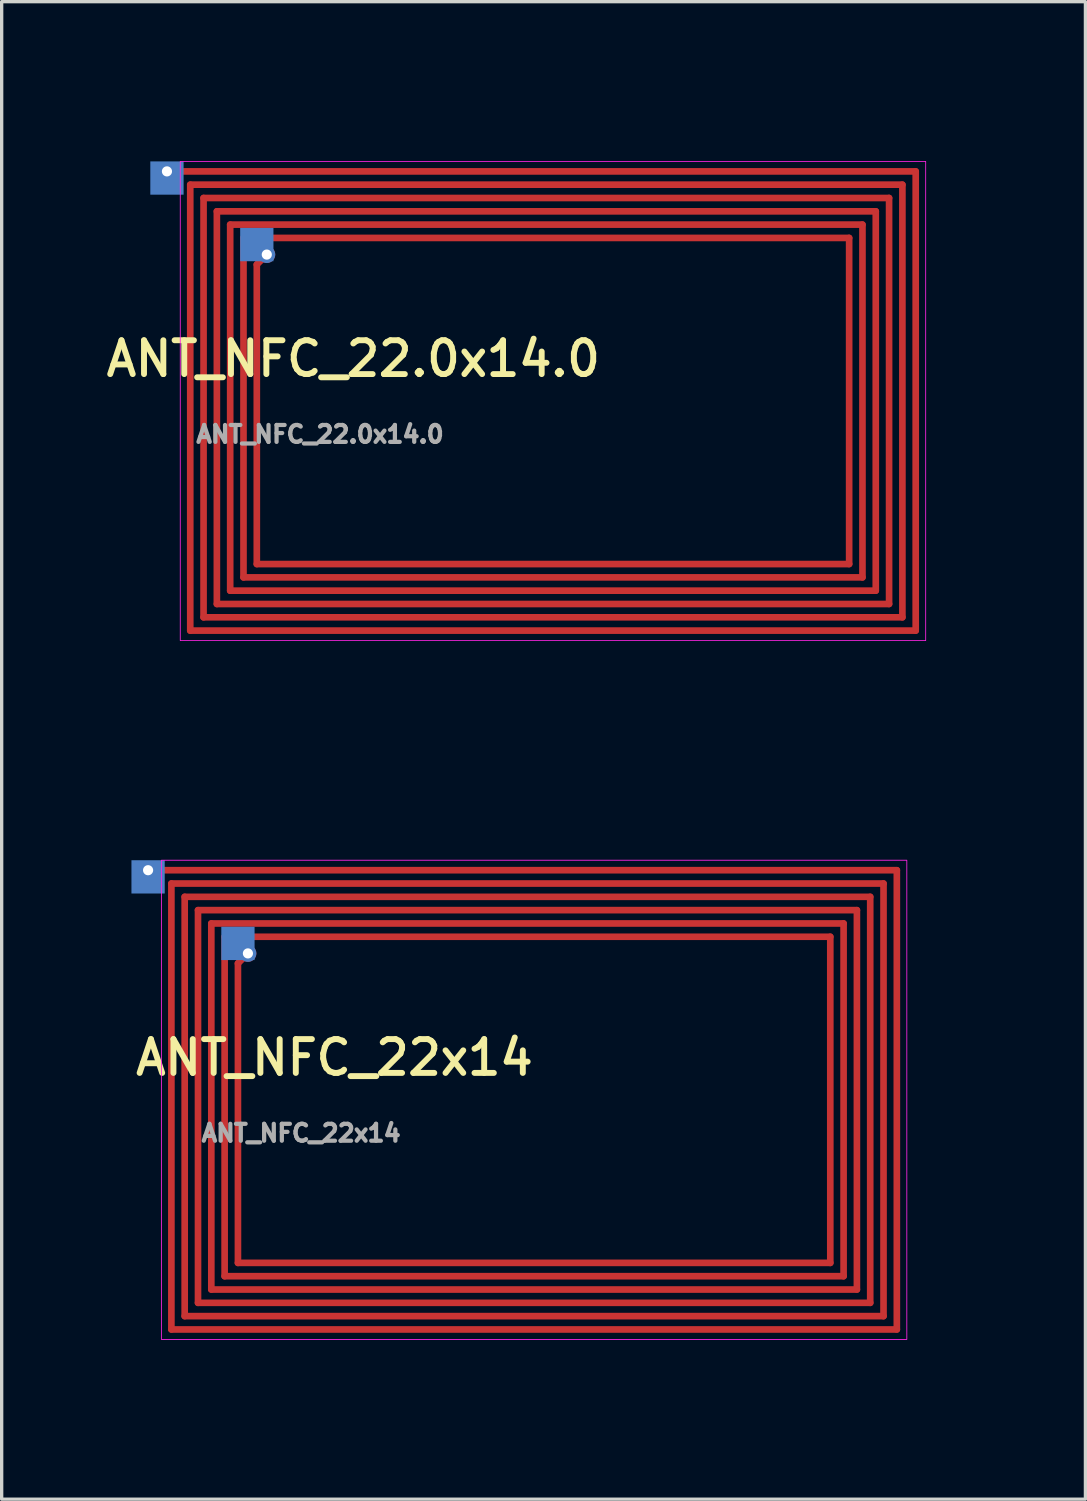
<source format=kicad_pcb>
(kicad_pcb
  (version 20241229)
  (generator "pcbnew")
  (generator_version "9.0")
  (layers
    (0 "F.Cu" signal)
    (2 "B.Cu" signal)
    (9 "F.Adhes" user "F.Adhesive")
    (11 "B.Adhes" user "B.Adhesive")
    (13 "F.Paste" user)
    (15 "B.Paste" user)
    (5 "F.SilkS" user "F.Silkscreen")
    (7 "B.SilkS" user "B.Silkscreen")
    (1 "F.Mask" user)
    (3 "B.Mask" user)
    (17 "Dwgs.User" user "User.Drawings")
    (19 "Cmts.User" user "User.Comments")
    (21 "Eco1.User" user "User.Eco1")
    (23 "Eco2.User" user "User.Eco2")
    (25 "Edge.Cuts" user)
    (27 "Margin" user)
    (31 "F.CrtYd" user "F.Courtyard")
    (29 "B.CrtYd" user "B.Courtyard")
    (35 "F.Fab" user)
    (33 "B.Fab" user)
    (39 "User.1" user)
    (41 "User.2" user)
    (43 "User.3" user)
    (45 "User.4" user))
  (footprint "ANT_NFC_22.0x14.0"
    (layer "F.Cu")
    (at 2.567 9)
    (property "Reference" "ANT_NFC_22.0x14.0" (at 5 -1.27 0) (layer "F.SilkS") (effects (font (size 1.016 1.016) (thickness 0.178))))
    (attr smd)
    (fp_line (start -0.6 -6.9) (end 21.9 -6.9) (stroke (width 0.2) (type solid)) (layer "F.Cu"))
    (fp_line (start 0.1 -6.5) (end 0.1 6.9) (stroke (width 0.2) (type solid)) (layer "F.Cu"))
    (fp_line (start 0.1 -6.5) (end 21.5 -6.5) (stroke (width 0.2) (type solid)) (layer "F.Cu"))
    (fp_line (start 0.1 6.9) (end 21.9 6.9) (stroke (width 0.2) (type solid)) (layer "F.Cu"))
    (fp_line (start 0.5 -6.1) (end 0.5 6.5) (stroke (width 0.2) (type solid)) (layer "F.Cu"))
    (fp_line (start 0.5 -6.1) (end 21.1 -6.1) (stroke (width 0.2) (type solid)) (layer "F.Cu"))
    (fp_line (start 0.5 6.5) (end 21.5 6.5) (stroke (width 0.2) (type solid)) (layer "F.Cu"))
    (fp_line (start 0.9 -5.7) (end 0.9 6.1) (stroke (width 0.2) (type solid)) (layer "F.Cu"))
    (fp_line (start 0.9 -5.7) (end 20.7 -5.7) (stroke (width 0.2) (type solid)) (layer "F.Cu"))
    (fp_line (start 0.9 6.1) (end 21.1 6.1) (stroke (width 0.2) (type solid)) (layer "F.Cu"))
    (fp_line (start 1.3 -5.3) (end 1.3 5.7) (stroke (width 0.2) (type solid)) (layer "F.Cu"))
    (fp_line (start 1.3 -5.3) (end 20.3 -5.3) (stroke (width 0.2) (type solid)) (layer "F.Cu"))
    (fp_line (start 1.3 5.7) (end 20.7 5.7) (stroke (width 0.2) (type solid)) (layer "F.Cu"))
    (fp_line (start 1.7 -4.9) (end 1.7 5.3) (stroke (width 0.2) (type solid)) (layer "F.Cu"))
    (fp_line (start 1.7 -4.9) (end 19.9 -4.9) (stroke (width 0.2) (type solid)) (layer "F.Cu"))
    (fp_line (start 1.7 5.3) (end 20.3 5.3) (stroke (width 0.2) (type solid)) (layer "F.Cu"))
    (fp_line (start 2.1 -4.1) (end 2.1 4.9) (stroke (width 0.2) (type solid)) (layer "F.Cu"))
    (fp_line (start 2.1 -4.1) (end 2.4 -4.4) (stroke (width 0.2) (type solid)) (layer "F.Cu"))
    (fp_line (start 2.1 4.9) (end 19.9 4.9) (stroke (width 0.2) (type solid)) (layer "F.Cu"))
    (fp_line (start 19.9 -4.9) (end 19.9 4.9) (stroke (width 0.2) (type solid)) (layer "F.Cu"))
    (fp_line (start 20.3 -5.3) (end 20.3 5.3) (stroke (width 0.2) (type solid)) (layer "F.Cu"))
    (fp_line (start 20.7 -5.7) (end 20.7 5.7) (stroke (width 0.2) (type solid)) (layer "F.Cu"))
    (fp_line (start 21.1 -6.1) (end 21.1 6.1) (stroke (width 0.2) (type solid)) (layer "F.Cu"))
    (fp_line (start 21.5 -6.5) (end 21.5 6.5) (stroke (width 0.2) (type solid)) (layer "F.Cu"))
    (fp_line (start 21.9 -6.9) (end 21.9 6.9) (stroke (width 0.2) (type solid)) (layer "F.Cu"))
    (fp_rect (start -0.2 -7.2) (end 22.2 7.2) (stroke (width 0.025) (type solid)) (fill no) (layer "F.CrtYd"))
    (fp_text user "${REFERENCE}" (at 4 1 0) (layer "F.Fab") (effects (font (size 0.508 0.508) (thickness 0.127))))
    (pad "1" thru_hole circle (at -0.6 -6.9) (size 0.508 0.508) (drill 0.305) (layers "*.Cu" "*.Mask"))
    (pad "1" smd rect (at -0.6 -6.7) (size 1 1) (layers "B.Cu" "B.Mask" "B.Paste"))
    (pad "2" smd rect (at 2.1 -4.7) (size 1 1) (layers "B.Cu" "B.Mask" "B.Paste"))
    (pad "2" thru_hole circle (at 2.4 -4.4) (size 0.508 0.508) (drill 0.305) (layers "*.Cu" "*.Mask"))
    (zone (net_name "") (layer "F.Cu") (hatch edge 0.508) (connect_pads) (min_thickness 0.254) (filled_areas_thickness no) (keepout (tracks allowed) (vias allowed) (pads allowed) (copperpour not_allowed) (footprints allowed)) (placement (enabled no)) (fill) (polygon (pts (xy 2.567 18) (xy 0.567 18) (xy 0.567 0) (xy 2.567 0))))
    (zone (net_name "") (layer "F.Cu") (hatch edge 0.508) (connect_pads) (min_thickness 0.254) (filled_areas_thickness no) (keepout (tracks allowed) (vias allowed) (pads allowed) (copperpour not_allowed) (footprints allowed)) (placement (enabled no)) (fill) (polygon (pts (xy 6.767 13.8) (xy 4.767 13.8) (xy 4.767 4.2) (xy 6.767 4.2))))
    (zone (net_name "") (layer "F.Cu") (hatch edge 0.508) (connect_pads) (min_thickness 0.254) (filled_areas_thickness no) (keepout (tracks allowed) (vias allowed) (pads allowed) (copperpour not_allowed) (footprints allowed)) (placement (enabled no)) (fill) (polygon (pts (xy 20.367 6.2) (xy 4.767 6.2) (xy 4.767 4.2) (xy 20.367 4.2))))
    (zone (net_name "") (layer "F.Cu") (hatch edge 0.508) (connect_pads) (min_thickness 0.254) (filled_areas_thickness no) (keepout (tracks allowed) (vias allowed) (pads allowed) (copperpour not_allowed) (footprints allowed)) (placement (enabled no)) (fill) (polygon (pts (xy 20.367 13.9) (xy 4.767 13.8) (xy 4.767 11.8) (xy 20.367 11.8))))
    (zone (net_name "") (layer "F.Cu") (hatch edge 0.508) (connect_pads) (min_thickness 0.254) (filled_areas_thickness no) (keepout (tracks allowed) (vias allowed) (pads allowed) (copperpour not_allowed) (footprints allowed)) (placement (enabled no)) (fill) (polygon (pts (xy 22.367 13.8) (xy 20.367 13.8) (xy 20.367 4.2) (xy 22.367 4.2))))
    (zone (net_name "") (layer "F.Cu") (hatch edge 0.508) (connect_pads) (min_thickness 0.254) (filled_areas_thickness no) (keepout (tracks allowed) (vias allowed) (pads allowed) (copperpour not_allowed) (footprints allowed)) (placement (enabled no)) (fill) (polygon (pts (xy 26.567 2) (xy 0.567 2) (xy 0.567 0) (xy 26.567 0))))
    (zone (net_name "") (layer "F.Cu") (hatch edge 0.508) (connect_pads) (min_thickness 0.254) (filled_areas_thickness no) (keepout (tracks allowed) (vias allowed) (pads not_allowed) (copperpour not_allowed) (footprints allowed)) (placement (enabled no)) (fill) (polygon (pts (xy 26.567 18) (xy 0.567 18) (xy 0.567 16) (xy 26.567 16))))
    (zone (net_name "") (layer "F.Cu") (hatch edge 0.508) (connect_pads) (min_thickness 0.254) (filled_areas_thickness no) (keepout (tracks allowed) (vias allowed) (pads allowed) (copperpour not_allowed) (footprints allowed)) (placement (enabled no)) (fill) (polygon (pts (xy 26.567 18) (xy 24.567 18) (xy 24.567 0) (xy 26.567 0)))))
  (footprint "ANT_NFC_22x14"
    (layer "F.Cu")
    (at 2 30)
    (property "Reference" "ANT_NFC_22x14" (at 5 -1.27 0) (layer "F.SilkS") (effects (font (size 1.016 1.016) (thickness 0.178))))
    (attr smd)
    (fp_line (start -0.6 -6.9) (end 21.9 -6.9) (stroke (width 0.2) (type solid)) (layer "F.Cu"))
    (fp_line (start 0.1 -6.5) (end 0.1 6.9) (stroke (width 0.2) (type solid)) (layer "F.Cu"))
    (fp_line (start 0.1 -6.5) (end 21.5 -6.5) (stroke (width 0.2) (type solid)) (layer "F.Cu"))
    (fp_line (start 0.1 6.9) (end 21.9 6.9) (stroke (width 0.2) (type solid)) (layer "F.Cu"))
    (fp_line (start 0.5 -6.1) (end 0.5 6.5) (stroke (width 0.2) (type solid)) (layer "F.Cu"))
    (fp_line (start 0.5 -6.1) (end 21.1 -6.1) (stroke (width 0.2) (type solid)) (layer "F.Cu"))
    (fp_line (start 0.5 6.5) (end 21.5 6.5) (stroke (width 0.2) (type solid)) (layer "F.Cu"))
    (fp_line (start 0.9 -5.7) (end 0.9 6.1) (stroke (width 0.2) (type solid)) (layer "F.Cu"))
    (fp_line (start 0.9 -5.7) (end 20.7 -5.7) (stroke (width 0.2) (type solid)) (layer "F.Cu"))
    (fp_line (start 0.9 6.1) (end 21.1 6.1) (stroke (width 0.2) (type solid)) (layer "F.Cu"))
    (fp_line (start 1.3 -5.3) (end 1.3 5.7) (stroke (width 0.2) (type solid)) (layer "F.Cu"))
    (fp_line (start 1.3 -5.3) (end 20.3 -5.3) (stroke (width 0.2) (type solid)) (layer "F.Cu"))
    (fp_line (start 1.3 5.7) (end 20.7 5.7) (stroke (width 0.2) (type solid)) (layer "F.Cu"))
    (fp_line (start 1.7 -4.9) (end 1.7 5.3) (stroke (width 0.2) (type solid)) (layer "F.Cu"))
    (fp_line (start 1.7 -4.9) (end 19.9 -4.9) (stroke (width 0.2) (type solid)) (layer "F.Cu"))
    (fp_line (start 1.7 5.3) (end 20.3 5.3) (stroke (width 0.2) (type solid)) (layer "F.Cu"))
    (fp_line (start 2.1 -4.1) (end 2.1 4.9) (stroke (width 0.2) (type solid)) (layer "F.Cu"))
    (fp_line (start 2.1 -4.1) (end 2.4 -4.4) (stroke (width 0.2) (type solid)) (layer "F.Cu"))
    (fp_line (start 2.1 4.9) (end 19.9 4.9) (stroke (width 0.2) (type solid)) (layer "F.Cu"))
    (fp_line (start 19.9 -4.9) (end 19.9 4.9) (stroke (width 0.2) (type solid)) (layer "F.Cu"))
    (fp_line (start 20.3 -5.3) (end 20.3 5.3) (stroke (width 0.2) (type solid)) (layer "F.Cu"))
    (fp_line (start 20.7 -5.7) (end 20.7 5.7) (stroke (width 0.2) (type solid)) (layer "F.Cu"))
    (fp_line (start 21.1 -6.1) (end 21.1 6.1) (stroke (width 0.2) (type solid)) (layer "F.Cu"))
    (fp_line (start 21.5 -6.5) (end 21.5 6.5) (stroke (width 0.2) (type solid)) (layer "F.Cu"))
    (fp_line (start 21.9 -6.9) (end 21.9 6.9) (stroke (width 0.2) (type solid)) (layer "F.Cu"))
    (fp_rect (start -0.2 -7.2) (end 22.2 7.2) (stroke (width 0.025) (type solid)) (fill no) (layer "F.CrtYd"))
    (fp_text user "${REFERENCE}" (at 4 1 0) (layer "F.Fab") (effects (font (size 0.508 0.508) (thickness 0.127))))
    (pad "1" thru_hole circle (at -0.6 -6.9) (size 0.508 0.508) (drill 0.305) (layers "*.Cu" "*.Mask"))
    (pad "1" smd rect (at -0.6 -6.7) (size 1 1) (layers "B.Cu" "B.Mask" "B.Paste"))
    (pad "2" smd rect (at 2.1 -4.7) (size 1 1) (layers "B.Cu" "B.Mask" "B.Paste"))
    (pad "2" thru_hole circle (at 2.4 -4.4) (size 0.508 0.508) (drill 0.305) (layers "*.Cu" "*.Mask"))
    (zone (net_name "") (layer "F.Cu") (hatch edge 0.508) (connect_pads) (min_thickness 0.254) (filled_areas_thickness no) (keepout (tracks allowed) (vias allowed) (pads allowed) (copperpour not_allowed) (footprints allowed)) (placement (enabled no)) (fill) (polygon (pts (xy 2 39) (xy 0 39) (xy 0 21) (xy 2 21))))
    (zone (net_name "") (layer "F.Cu") (hatch edge 0.508) (connect_pads) (min_thickness 0.254) (filled_areas_thickness no) (keepout (tracks allowed) (vias allowed) (pads allowed) (copperpour not_allowed) (footprints allowed)) (placement (enabled no)) (fill) (polygon (pts (xy 6.2 34.8) (xy 4.2 34.8) (xy 4.2 25.2) (xy 6.2 25.2))))
    (zone (net_name "") (layer "F.Cu") (hatch edge 0.508) (connect_pads) (min_thickness 0.254) (filled_areas_thickness no) (keepout (tracks allowed) (vias allowed) (pads allowed) (copperpour not_allowed) (footprints allowed)) (placement (enabled no)) (fill) (polygon (pts (xy 19.8 27.2) (xy 4.2 27.2) (xy 4.2 25.2) (xy 19.8 25.2))))
    (zone (net_name "") (layer "F.Cu") (hatch edge 0.508) (connect_pads) (min_thickness 0.254) (filled_areas_thickness no) (keepout (tracks allowed) (vias allowed) (pads allowed) (copperpour not_allowed) (footprints allowed)) (placement (enabled no)) (fill) (polygon (pts (xy 19.8 34.9) (xy 4.2 34.8) (xy 4.2 32.8) (xy 19.8 32.8))))
    (zone (net_name "") (layer "F.Cu") (hatch edge 0.508) (connect_pads) (min_thickness 0.254) (filled_areas_thickness no) (keepout (tracks allowed) (vias allowed) (pads allowed) (copperpour not_allowed) (footprints allowed)) (placement (enabled no)) (fill) (polygon (pts (xy 21.8 34.8) (xy 19.8 34.8) (xy 19.8 25.2) (xy 21.8 25.2))))
    (zone (net_name "") (layer "F.Cu") (hatch edge 0.508) (connect_pads) (min_thickness 0.254) (filled_areas_thickness no) (keepout (tracks allowed) (vias allowed) (pads allowed) (copperpour not_allowed) (footprints allowed)) (placement (enabled no)) (fill) (polygon (pts (xy 26 23) (xy 0 23) (xy 0 21) (xy 26 21))))
    (zone (net_name "") (layer "F.Cu") (hatch edge 0.508) (connect_pads) (min_thickness 0.254) (filled_areas_thickness no) (keepout (tracks allowed) (vias allowed) (pads not_allowed) (copperpour not_allowed) (footprints allowed)) (placement (enabled no)) (fill) (polygon (pts (xy 26 39) (xy 0 39) (xy 0 37) (xy 26 37))))
    (zone (net_name "") (layer "F.Cu") (hatch edge 0.508) (connect_pads) (min_thickness 0.254) (filled_areas_thickness no) (keepout (tracks allowed) (vias allowed) (pads allowed) (copperpour not_allowed) (footprints allowed)) (placement (enabled no)) (fill) (polygon (pts (xy 26 39) (xy 24 39) (xy 24 21) (xy 26 21)))))
  (gr_rect
    (start -3 -3)
    (end 29.567 42)
    (stroke (width 0.1) (type default))
    (fill no)
    (layer "Edge.Cuts")))
</source>
